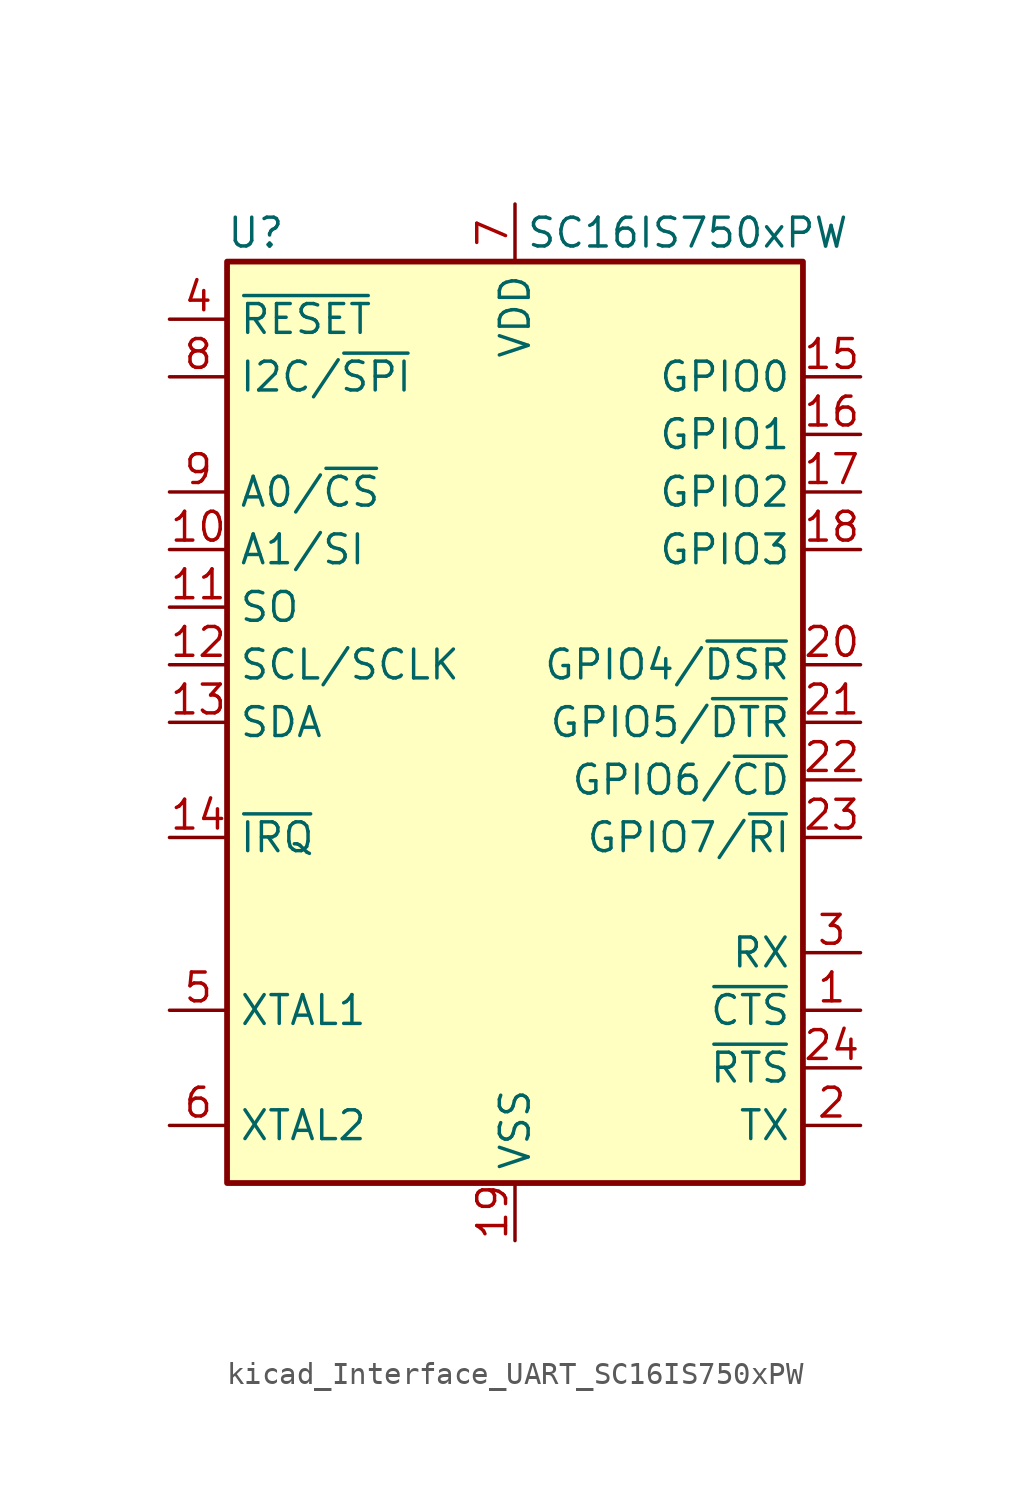
<source format=kicad_sym>
(kicad_symbol_lib
  (version 20220914)
  (generator kicad_symbol_editor)
  (symbol "kicad_Interface_UART_SC16IS750xPW"
    (property "Reference" "U"
      (at -11.43 21.59 0)
      (effects (font (size 1.27 1.27))))
    (property "Value" "SC16IS750xPW"
      (at 7.62 21.59 0)
      (effects (font (size 1.27 1.27))))
    (symbol "kicad_Interface_UART_SC16IS750xPW_0_1"
      (rectangle (start -12.7 20.32) (end 12.7 -20.32) (stroke (width 0.254) (type default)) (fill (type background))))
    (symbol "kicad_Interface_UART_SC16IS750xPW_1_1"
      (pin input line (at 15.24 -12.7 180) (length 2.54) (name "~{CTS}" (effects (font (size 1.27 1.27)))) (number "1" (effects (font (size 1.27 1.27)))))
      (pin input line (at -15.24 7.62 0) (length 2.54) (name "A1/SI" (effects (font (size 1.27 1.27)))) (number "10" (effects (font (size 1.27 1.27)))))
      (pin output line (at -15.24 5.08 0) (length 2.54) (name "SO" (effects (font (size 1.27 1.27)))) (number "11" (effects (font (size 1.27 1.27)))))
      (pin input line (at -15.24 2.54 0) (length 2.54) (name "SCL/SCLK" (effects (font (size 1.27 1.27)))) (number "12" (effects (font (size 1.27 1.27)))))
      (pin bidirectional line (at -15.24 0 0) (length 2.54) (name "SDA" (effects (font (size 1.27 1.27)))) (number "13" (effects (font (size 1.27 1.27)))))
      (pin open_collector line (at -15.24 -5.08 0) (length 2.54) (name "~{IRQ}" (effects (font (size 1.27 1.27)))) (number "14" (effects (font (size 1.27 1.27)))))
      (pin bidirectional line (at 15.24 15.24 180) (length 2.54) (name "GPIO0" (effects (font (size 1.27 1.27)))) (number "15" (effects (font (size 1.27 1.27)))))
      (pin bidirectional line (at 15.24 12.7 180) (length 2.54) (name "GPIO1" (effects (font (size 1.27 1.27)))) (number "16" (effects (font (size 1.27 1.27)))))
      (pin bidirectional line (at 15.24 10.16 180) (length 2.54) (name "GPIO2" (effects (font (size 1.27 1.27)))) (number "17" (effects (font (size 1.27 1.27)))))
      (pin bidirectional line (at 15.24 7.62 180) (length 2.54) (name "GPIO3" (effects (font (size 1.27 1.27)))) (number "18" (effects (font (size 1.27 1.27)))))
      (pin power_in line (at 0 -22.86 90) (length 2.54) (name "VSS" (effects (font (size 1.27 1.27)))) (number "19" (effects (font (size 1.27 1.27)))))
      (pin output line (at 15.24 -17.78 180) (length 2.54) (name "TX" (effects (font (size 1.27 1.27)))) (number "2" (effects (font (size 1.27 1.27)))))
      (pin bidirectional line (at 15.24 2.54 180) (length 2.54) (name "GPIO4/~{DSR}" (effects (font (size 1.27 1.27)))) (number "20" (effects (font (size 1.27 1.27)))))
      (pin bidirectional line (at 15.24 0 180) (length 2.54) (name "GPIO5/~{DTR}" (effects (font (size 1.27 1.27)))) (number "21" (effects (font (size 1.27 1.27)))))
      (pin bidirectional line (at 15.24 -2.54 180) (length 2.54) (name "GPIO6/~{CD}" (effects (font (size 1.27 1.27)))) (number "22" (effects (font (size 1.27 1.27)))))
      (pin bidirectional line (at 15.24 -5.08 180) (length 2.54) (name "GPIO7/~{RI}" (effects (font (size 1.27 1.27)))) (number "23" (effects (font (size 1.27 1.27)))))
      (pin output line (at 15.24 -15.24 180) (length 2.54) (name "~{RTS}" (effects (font (size 1.27 1.27)))) (number "24" (effects (font (size 1.27 1.27)))))
      (pin input line (at 15.24 -10.16 180) (length 2.54) (name "RX" (effects (font (size 1.27 1.27)))) (number "3" (effects (font (size 1.27 1.27)))))
      (pin input line (at -15.24 17.78 0) (length 2.54) (name "~{RESET}" (effects (font (size 1.27 1.27)))) (number "4" (effects (font (size 1.27 1.27)))))
      (pin input line (at -15.24 -12.7 0) (length 2.54) (name "XTAL1" (effects (font (size 1.27 1.27)))) (number "5" (effects (font (size 1.27 1.27)))))
      (pin output line (at -15.24 -17.78 0) (length 2.54) (name "XTAL2" (effects (font (size 1.27 1.27)))) (number "6" (effects (font (size 1.27 1.27)))))
      (pin power_in line (at 0 22.86 270) (length 2.54) (name "VDD" (effects (font (size 1.27 1.27)))) (number "7" (effects (font (size 1.27 1.27)))))
      (pin input line (at -15.24 15.24 0) (length 2.54) (name "I2C/~{SPI}" (effects (font (size 1.27 1.27)))) (number "8" (effects (font (size 1.27 1.27)))))
      (pin input line (at -15.24 10.16 0) (length 2.54) (name "A0/~{CS}" (effects (font (size 1.27 1.27)))) (number "9" (effects (font (size 1.27 1.27))))))))
</source>
